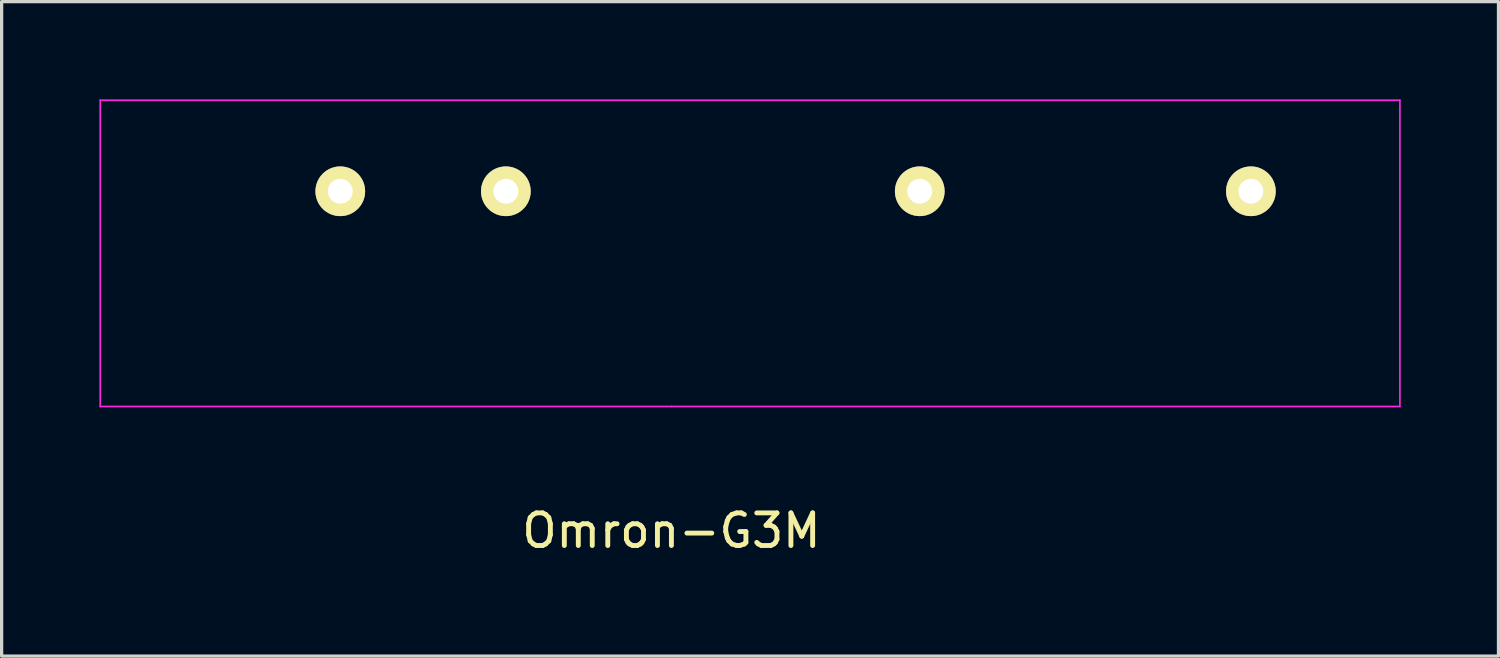
<source format=kicad_pcb>
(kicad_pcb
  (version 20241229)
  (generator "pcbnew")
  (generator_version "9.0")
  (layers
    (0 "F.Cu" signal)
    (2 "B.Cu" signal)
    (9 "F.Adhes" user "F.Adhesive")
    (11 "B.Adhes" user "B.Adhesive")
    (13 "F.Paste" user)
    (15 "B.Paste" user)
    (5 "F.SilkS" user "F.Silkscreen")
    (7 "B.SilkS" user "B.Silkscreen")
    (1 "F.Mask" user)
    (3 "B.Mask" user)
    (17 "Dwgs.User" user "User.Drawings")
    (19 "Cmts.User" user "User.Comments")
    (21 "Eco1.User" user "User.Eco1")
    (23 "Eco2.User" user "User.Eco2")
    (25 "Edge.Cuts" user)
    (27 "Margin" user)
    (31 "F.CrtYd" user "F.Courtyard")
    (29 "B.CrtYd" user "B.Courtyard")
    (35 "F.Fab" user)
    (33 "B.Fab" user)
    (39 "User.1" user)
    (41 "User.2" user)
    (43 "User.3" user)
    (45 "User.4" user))
  (footprint "Omron-G3M"
    (layer "F.Cu")
    (at 17.551 5.613)
    (property "Reference" "Omron-G3M" (at 0 7.62 0) (layer "F.SilkS") (effects (font (size 1 1) (thickness 0.15))))
    (attr through_hole)
    (fp_line (start -17.526 -5.588) (end -17.526 3.81) (stroke (width 0.05) (type solid)) (layer "F.CrtYd"))
    (fp_line (start -17.526 3.81) (end 0 3.81) (stroke (width 0.05) (type solid)) (layer "F.CrtYd"))
    (fp_line (start 0 3.81) (end 22.352 3.81) (stroke (width 0.05) (type solid)) (layer "F.CrtYd"))
    (fp_line (start 22.352 -5.588) (end -17.526 -5.588) (stroke (width 0.05) (type solid)) (layer "F.CrtYd"))
    (fp_line (start 22.352 3.81) (end 22.352 -5.588) (stroke (width 0.05) (type solid)) (layer "F.CrtYd"))
    (pad "1" thru_hole circle (at -5.08 -2.794) (size 1.524 1.524) (drill 0.762) (layers "*.Cu" "*.Mask" "F.SilkS"))
    (pad "2" thru_hole circle (at -10.16 -2.794) (size 1.524 1.524) (drill 0.762) (layers "*.Cu" "*.Mask" "F.SilkS"))
    (pad "4" thru_hole circle (at 7.62 -2.794) (size 1.524 1.524) (drill 0.762) (layers "*.Cu" "*.Mask" "F.SilkS"))
    (pad "6" thru_hole circle (at 17.78 -2.794) (size 1.524 1.524) (drill 0.762) (layers "*.Cu" "*.Mask" "F.SilkS")))
  (gr_rect
    (start -3 -3)
    (end 42.928 17.081)
    (stroke (width 0.1) (type default))
    (fill no)
    (layer "Edge.Cuts")))
</source>
